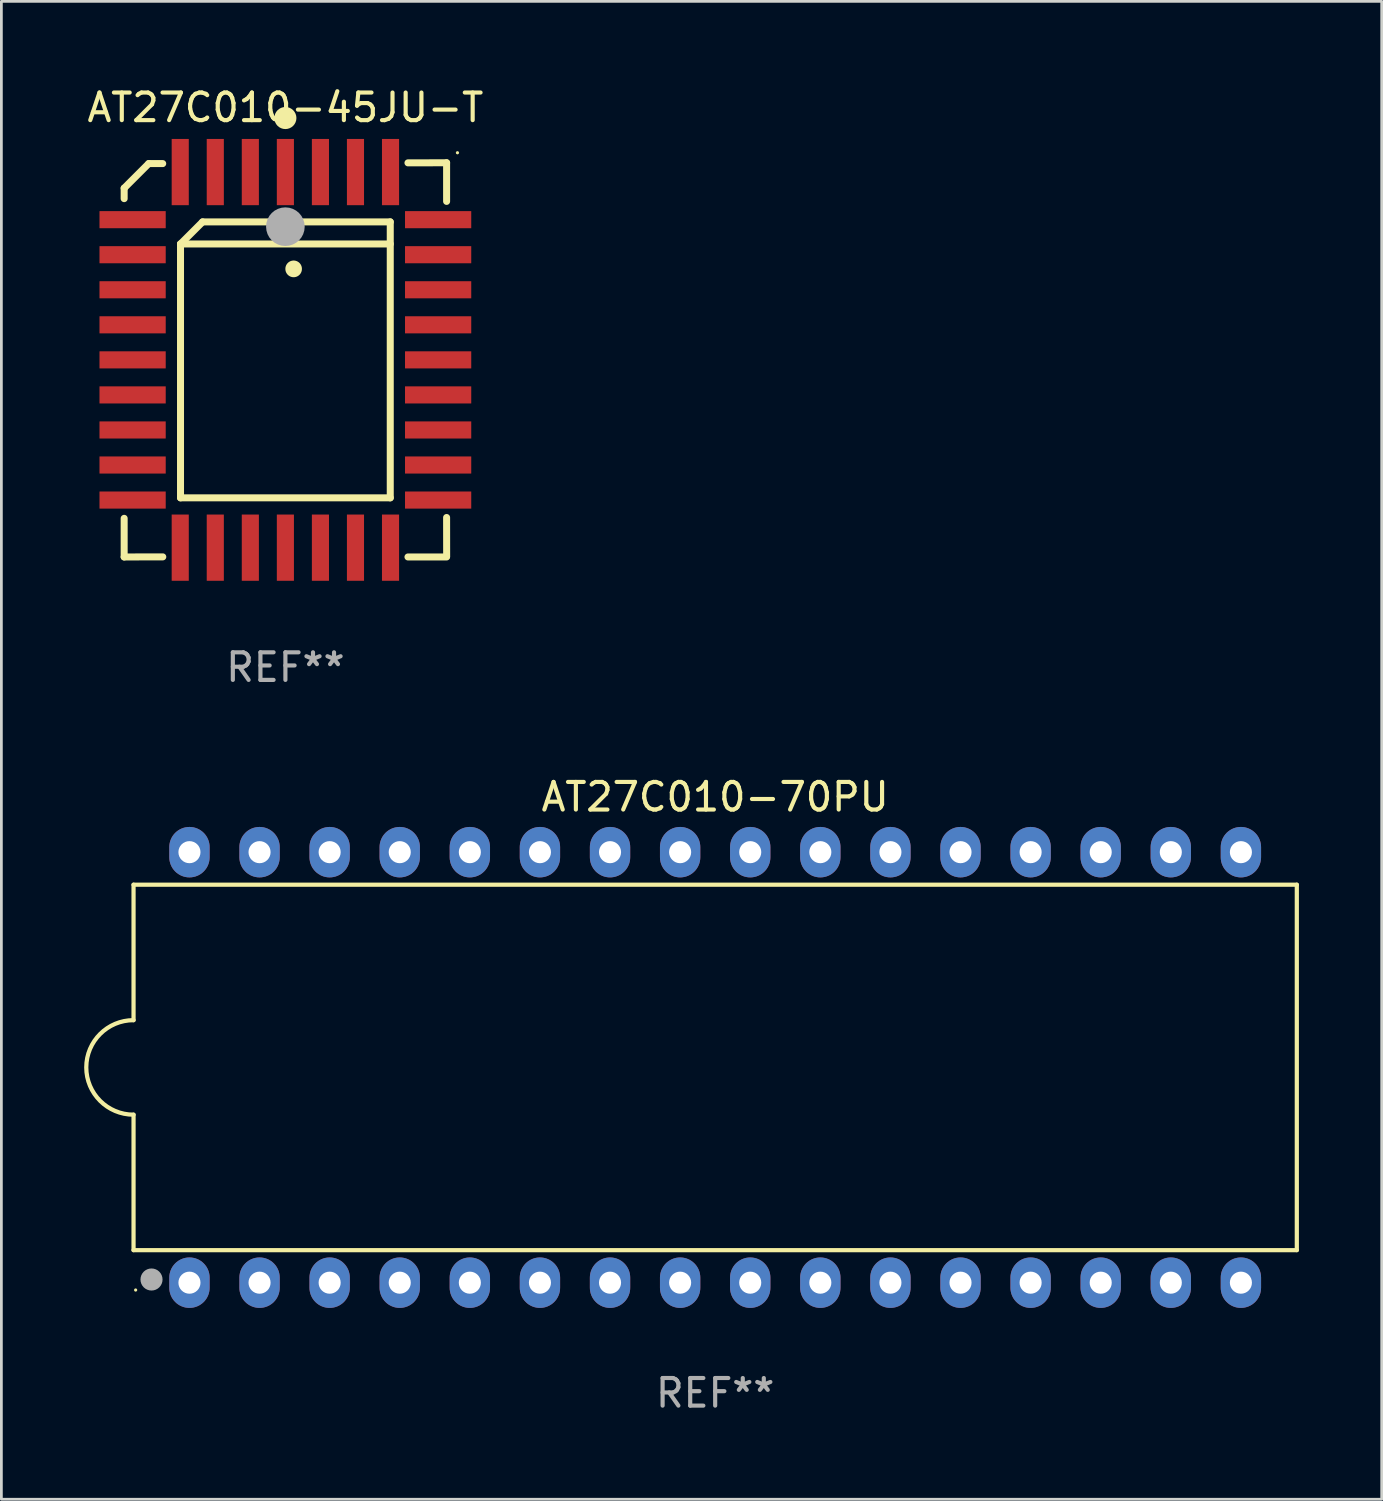
<source format=kicad_pcb>
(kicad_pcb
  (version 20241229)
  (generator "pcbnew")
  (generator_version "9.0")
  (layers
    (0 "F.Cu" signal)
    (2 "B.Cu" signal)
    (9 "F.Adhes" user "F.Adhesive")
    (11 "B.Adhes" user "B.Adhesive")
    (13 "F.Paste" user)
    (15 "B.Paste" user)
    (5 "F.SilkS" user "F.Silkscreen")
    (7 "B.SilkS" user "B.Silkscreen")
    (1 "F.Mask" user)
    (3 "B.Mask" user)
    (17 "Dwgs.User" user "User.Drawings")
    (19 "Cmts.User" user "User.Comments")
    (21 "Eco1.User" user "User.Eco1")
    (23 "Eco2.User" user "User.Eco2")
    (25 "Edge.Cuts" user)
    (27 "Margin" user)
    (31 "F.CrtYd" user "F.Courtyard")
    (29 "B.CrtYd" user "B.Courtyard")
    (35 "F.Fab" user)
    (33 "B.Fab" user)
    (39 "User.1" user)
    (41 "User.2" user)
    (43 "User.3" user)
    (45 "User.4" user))
  (footprint "AT27C010-70PU"
    (layer "F.Cu")
    (at 22.865 35.629)
    (property "Reference" "AT27C010-70PU" (at 0 -9.8 0) (layer "F.SilkS") (effects (font (size 1 1) (thickness 0.15))))
    (attr through_hole)
    (fp_line (start -21.076 -6.621) (end -21.076 -1.712) (stroke (width 0.152) (type solid)) (layer "F.SilkS"))
    (fp_line (start -21.076 1.712) (end -21.076 6.621) (stroke (width 0.152) (type solid)) (layer "F.SilkS"))
    (fp_line (start -21.076 6.621) (end 21.076 6.621) (stroke (width 0.152) (type solid)) (layer "F.SilkS"))
    (fp_line (start 21.076 -6.621) (end -21.076 -6.621) (stroke (width 0.152) (type solid)) (layer "F.SilkS"))
    (fp_line (start 21.076 6.621) (end 21.076 -6.621) (stroke (width 0.152) (type solid)) (layer "F.SilkS"))
    (fp_arc (start -21.0762 1.712499) (mid -22.788699 0) (end -21.0762 -1.712499) (stroke (width 0.1524) (type solid)) (layer "F.SilkS"))
    (fp_circle (center -21 8.066) (end -20.97 8.066) (stroke (width 0.06) (type solid)) (fill no) (layer "F.SilkS"))
    (fp_circle (center -20.425 7.68) (end -20.145 7.68) (stroke (width 0.15) (type solid)) (fill no) (layer "F.SilkS"))
    (fp_circle (center -20.425 7.685) (end -20.225 7.685) (stroke (width 0.4) (type solid)) (fill no) (layer "F.Fab"))
    (fp_text user "REF**" (at 0 11.8 0) (layer "F.Fab") (effects (font (size 1 1) (thickness 0.15))))
    (pad "1" thru_hole oval (at -19.05 7.8) (size 1.462 1.828) (drill 0.8) (layers "*.Cu" "*.Mask"))
    (pad "2" thru_hole oval (at -16.51 7.8) (size 1.462 1.828) (drill 0.8) (layers "*.Cu" "*.Mask"))
    (pad "3" thru_hole oval (at -13.97 7.8) (size 1.462 1.828) (drill 0.8) (layers "*.Cu" "*.Mask"))
    (pad "4" thru_hole oval (at -11.43 7.8) (size 1.462 1.828) (drill 0.8) (layers "*.Cu" "*.Mask"))
    (pad "5" thru_hole oval (at -8.89 7.8) (size 1.462 1.828) (drill 0.8) (layers "*.Cu" "*.Mask"))
    (pad "6" thru_hole oval (at -6.35 7.8) (size 1.462 1.828) (drill 0.8) (layers "*.Cu" "*.Mask"))
    (pad "7" thru_hole oval (at -3.81 7.8) (size 1.462 1.828) (drill 0.8) (layers "*.Cu" "*.Mask"))
    (pad "8" thru_hole oval (at -1.27 7.8) (size 1.462 1.828) (drill 0.8) (layers "*.Cu" "*.Mask"))
    (pad "9" thru_hole oval (at 1.27 7.8) (size 1.462 1.828) (drill 0.8) (layers "*.Cu" "*.Mask"))
    (pad "10" thru_hole oval (at 3.81 7.8) (size 1.462 1.828) (drill 0.8) (layers "*.Cu" "*.Mask"))
    (pad "11" thru_hole oval (at 6.35 7.8) (size 1.462 1.828) (drill 0.8) (layers "*.Cu" "*.Mask"))
    (pad "12" thru_hole oval (at 8.89 7.8) (size 1.462 1.828) (drill 0.8) (layers "*.Cu" "*.Mask"))
    (pad "13" thru_hole oval (at 11.43 7.8) (size 1.462 1.828) (drill 0.8) (layers "*.Cu" "*.Mask"))
    (pad "14" thru_hole oval (at 13.97 7.8) (size 1.462 1.828) (drill 0.8) (layers "*.Cu" "*.Mask"))
    (pad "15" thru_hole oval (at 16.51 7.8) (size 1.462 1.828) (drill 0.8) (layers "*.Cu" "*.Mask"))
    (pad "16" thru_hole oval (at 19.05 7.8) (size 1.462 1.828) (drill 0.8) (layers "*.Cu" "*.Mask"))
    (pad "17" thru_hole oval (at 19.05 -7.8) (size 1.462 1.828) (drill 0.8) (layers "*.Cu" "*.Mask"))
    (pad "18" thru_hole oval (at 16.51 -7.8) (size 1.462 1.828) (drill 0.8) (layers "*.Cu" "*.Mask"))
    (pad "19" thru_hole oval (at 13.97 -7.8) (size 1.462 1.828) (drill 0.8) (layers "*.Cu" "*.Mask"))
    (pad "20" thru_hole oval (at 11.43 -7.8) (size 1.462 1.828) (drill 0.8) (layers "*.Cu" "*.Mask"))
    (pad "21" thru_hole oval (at 8.89 -7.8) (size 1.462 1.828) (drill 0.8) (layers "*.Cu" "*.Mask"))
    (pad "22" thru_hole oval (at 6.35 -7.8) (size 1.462 1.828) (drill 0.8) (layers "*.Cu" "*.Mask"))
    (pad "23" thru_hole oval (at 3.81 -7.8) (size 1.462 1.828) (drill 0.8) (layers "*.Cu" "*.Mask"))
    (pad "24" thru_hole oval (at 1.27 -7.8) (size 1.462 1.828) (drill 0.8) (layers "*.Cu" "*.Mask"))
    (pad "25" thru_hole oval (at -1.27 -7.8) (size 1.462 1.828) (drill 0.8) (layers "*.Cu" "*.Mask"))
    (pad "26" thru_hole oval (at -3.81 -7.8) (size 1.462 1.828) (drill 0.8) (layers "*.Cu" "*.Mask"))
    (pad "27" thru_hole oval (at -6.35 -7.8) (size 1.462 1.828) (drill 0.8) (layers "*.Cu" "*.Mask"))
    (pad "28" thru_hole oval (at -8.89 -7.8) (size 1.462 1.828) (drill 0.8) (layers "*.Cu" "*.Mask"))
    (pad "29" thru_hole oval (at -11.43 -7.8) (size 1.462 1.828) (drill 0.8) (layers "*.Cu" "*.Mask"))
    (pad "30" thru_hole oval (at -13.97 -7.8) (size 1.462 1.828) (drill 0.8) (layers "*.Cu" "*.Mask"))
    (pad "31" thru_hole oval (at -16.51 -7.8) (size 1.462 1.828) (drill 0.8) (layers "*.Cu" "*.Mask"))
    (pad "32" thru_hole oval (at -19.05 -7.8) (size 1.462 1.828) (drill 0.8) (layers "*.Cu" "*.Mask")))
  (footprint "AT27C010-45JU-T"
    (layer "F.Cu")
    (at 7.292 9.99)
    (property "Reference" "AT27C010-45JU-T" (at 0 -9.142 0) (layer "F.SilkS") (effects (font (size 1 1) (thickness 0.15))))
    (attr through_hole)
    (fp_line (start -5.843 5.742) (end -5.843 7.142) (stroke (width 0.254) (type solid)) (layer "F.SilkS"))
    (fp_line (start -5.843 7.142) (end -4.443 7.139) (stroke (width 0.254) (type solid)) (layer "F.SilkS"))
    (fp_line (start -5.843 -6.223) (end -4.954 -7.112) (stroke (width 0.254) (type solid)) (layer "F.SilkS"))
    (fp_line (start -5.843 -5.842) (end -5.843 -6.223) (stroke (width 0.254) (type solid)) (layer "F.SilkS"))
    (fp_line (start -4.954 -7.112) (end -4.446 -7.112) (stroke (width 0.254) (type solid)) (layer "F.SilkS"))
    (fp_line (start -3.801 -4.2) (end -3.001 -5) (stroke (width 0.254) (type solid)) (layer "F.SilkS"))
    (fp_line (start -3.801 -4.2) (end 3.799 -4.2) (stroke (width 0.254) (type solid)) (layer "F.SilkS"))
    (fp_line (start -3.801 5) (end -3.801 -4.2) (stroke (width 0.254) (type solid)) (layer "F.SilkS"))
    (fp_line (start -3.001 -5) (end 3.799 -5) (stroke (width 0.254) (type solid)) (layer "F.SilkS"))
    (fp_line (start 3.799 -5) (end 3.799 5) (stroke (width 0.254) (type solid)) (layer "F.SilkS"))
    (fp_line (start 3.799 5) (end -3.801 5) (stroke (width 0.254) (type solid)) (layer "F.SilkS"))
    (fp_line (start 4.441 7.142) (end 5.841 7.142) (stroke (width 0.254) (type solid)) (layer "F.SilkS"))
    (fp_line (start 5.841 -7.142) (end 4.441 -7.139) (stroke (width 0.254) (type solid)) (layer "F.SilkS"))
    (fp_line (start 5.841 -5.742) (end 5.841 -7.142) (stroke (width 0.254) (type solid)) (layer "F.SilkS"))
    (fp_line (start 5.843 7.112) (end 5.841 5.712) (stroke (width 0.254) (type solid)) (layer "F.SilkS"))
    (fp_arc (start 0.298285 -3.294387) (mid 0.298274 -3.296927) (end 0.298285 -3.299467) (stroke (width 0.6) (type solid)) (layer "F.SilkS"))
    (fp_circle (center -0.001 -8.763) (end 0.199 -8.763) (stroke (width 0.4) (type solid)) (fill no) (layer "F.SilkS"))
    (fp_circle (center 6.234 -7.505) (end 6.264 -7.505) (stroke (width 0.06) (type solid)) (fill no) (layer "F.SilkS"))
    (fp_circle (center -0.001 -4.826) (end 0.349 -4.826) (stroke (width 0.7) (type solid)) (fill no) (layer "F.Fab"))
    (fp_text user "REF**" (at 0 11.142 0) (layer "F.Fab") (effects (font (size 1 1) (thickness 0.15))))
    (pad "1" smd rect (at -0.001 -6.805 180) (size 0.62 2.4) (layers "F.Cu" "F.Mask" "F.Paste"))
    (pad "2" smd rect (at -1.271 -6.805 180) (size 0.62 2.4) (layers "F.Cu" "F.Mask" "F.Paste"))
    (pad "3" smd rect (at -2.541 -6.805 180) (size 0.62 2.4) (layers "F.Cu" "F.Mask" "F.Paste"))
    (pad "4" smd rect (at -3.811 -6.805 180) (size 0.62 2.4) (layers "F.Cu" "F.Mask" "F.Paste"))
    (pad "5" smd rect (at -5.537 -5.08 270) (size 0.62 2.4) (layers "F.Cu" "F.Mask" "F.Paste"))
    (pad "6" smd rect (at -5.537 -3.81 270) (size 0.62 2.4) (layers "F.Cu" "F.Mask" "F.Paste"))
    (pad "7" smd rect (at -5.537 -2.54 270) (size 0.62 2.4) (layers "F.Cu" "F.Mask" "F.Paste"))
    (pad "8" smd rect (at -5.537 -1.27 270) (size 0.62 2.4) (layers "F.Cu" "F.Mask" "F.Paste"))
    (pad "9" smd rect (at -5.537 0.000127 270) (size 0.62 2.4) (layers "F.Cu" "F.Mask" "F.Paste"))
    (pad "10" smd rect (at -5.537 1.27 270) (size 0.62 2.4) (layers "F.Cu" "F.Mask" "F.Paste"))
    (pad "11" smd rect (at -5.537 2.54 270) (size 0.62 2.4) (layers "F.Cu" "F.Mask" "F.Paste"))
    (pad "12" smd rect (at -5.537 3.81 270) (size 0.62 2.4) (layers "F.Cu" "F.Mask" "F.Paste"))
    (pad "13" smd rect (at -5.537 5.08 270) (size 0.62 2.4) (layers "F.Cu" "F.Mask" "F.Paste"))
    (pad "14" smd rect (at -3.811 6.805) (size 0.62 2.4) (layers "F.Cu" "F.Mask" "F.Paste"))
    (pad "15" smd rect (at -2.541 6.805) (size 0.62 2.4) (layers "F.Cu" "F.Mask" "F.Paste"))
    (pad "16" smd rect (at -1.271 6.805) (size 0.62 2.4) (layers "F.Cu" "F.Mask" "F.Paste"))
    (pad "17" smd rect (at -0.001 6.805) (size 0.62 2.4) (layers "F.Cu" "F.Mask" "F.Paste"))
    (pad "18" smd rect (at 1.269 6.805) (size 0.62 2.4) (layers "F.Cu" "F.Mask" "F.Paste"))
    (pad "19" smd rect (at 2.539 6.805) (size 0.62 2.4) (layers "F.Cu" "F.Mask" "F.Paste"))
    (pad "20" smd rect (at 3.809 6.805) (size 0.62 2.4) (layers "F.Cu" "F.Mask" "F.Paste"))
    (pad "21" smd rect (at 5.534 5.08 90) (size 0.62 2.4) (layers "F.Cu" "F.Mask" "F.Paste"))
    (pad "22" smd rect (at 5.534 3.81 90) (size 0.62 2.4) (layers "F.Cu" "F.Mask" "F.Paste"))
    (pad "23" smd rect (at 5.534 2.54 90) (size 0.62 2.4) (layers "F.Cu" "F.Mask" "F.Paste"))
    (pad "24" smd rect (at 5.534 1.27 90) (size 0.62 2.4) (layers "F.Cu" "F.Mask" "F.Paste"))
    (pad "25" smd rect (at 5.534 0.000127 90) (size 0.62 2.4) (layers "F.Cu" "F.Mask" "F.Paste"))
    (pad "26" smd rect (at 5.534 -1.27 90) (size 0.62 2.4) (layers "F.Cu" "F.Mask" "F.Paste"))
    (pad "27" smd rect (at 5.534 -2.54 90) (size 0.62 2.4) (layers "F.Cu" "F.Mask" "F.Paste"))
    (pad "28" smd rect (at 5.534 -3.81 90) (size 0.62 2.4) (layers "F.Cu" "F.Mask" "F.Paste"))
    (pad "29" smd rect (at 5.534 -5.08 90) (size 0.62 2.4) (layers "F.Cu" "F.Mask" "F.Paste"))
    (pad "30" smd rect (at 3.809 -6.805) (size 0.62 2.4) (layers "F.Cu" "F.Mask" "F.Paste"))
    (pad "31" smd rect (at 2.539 -6.805) (size 0.62 2.4) (layers "F.Cu" "F.Mask" "F.Paste"))
    (pad "32" smd rect (at 1.269 -6.805) (size 0.62 2.4) (layers "F.Cu" "F.Mask" "F.Paste")))
  (gr_rect
    (start -3 -3)
    (end 47.017 51.277)
    (stroke (width 0.1) (type default))
    (fill no)
    (layer "Edge.Cuts")))
</source>
